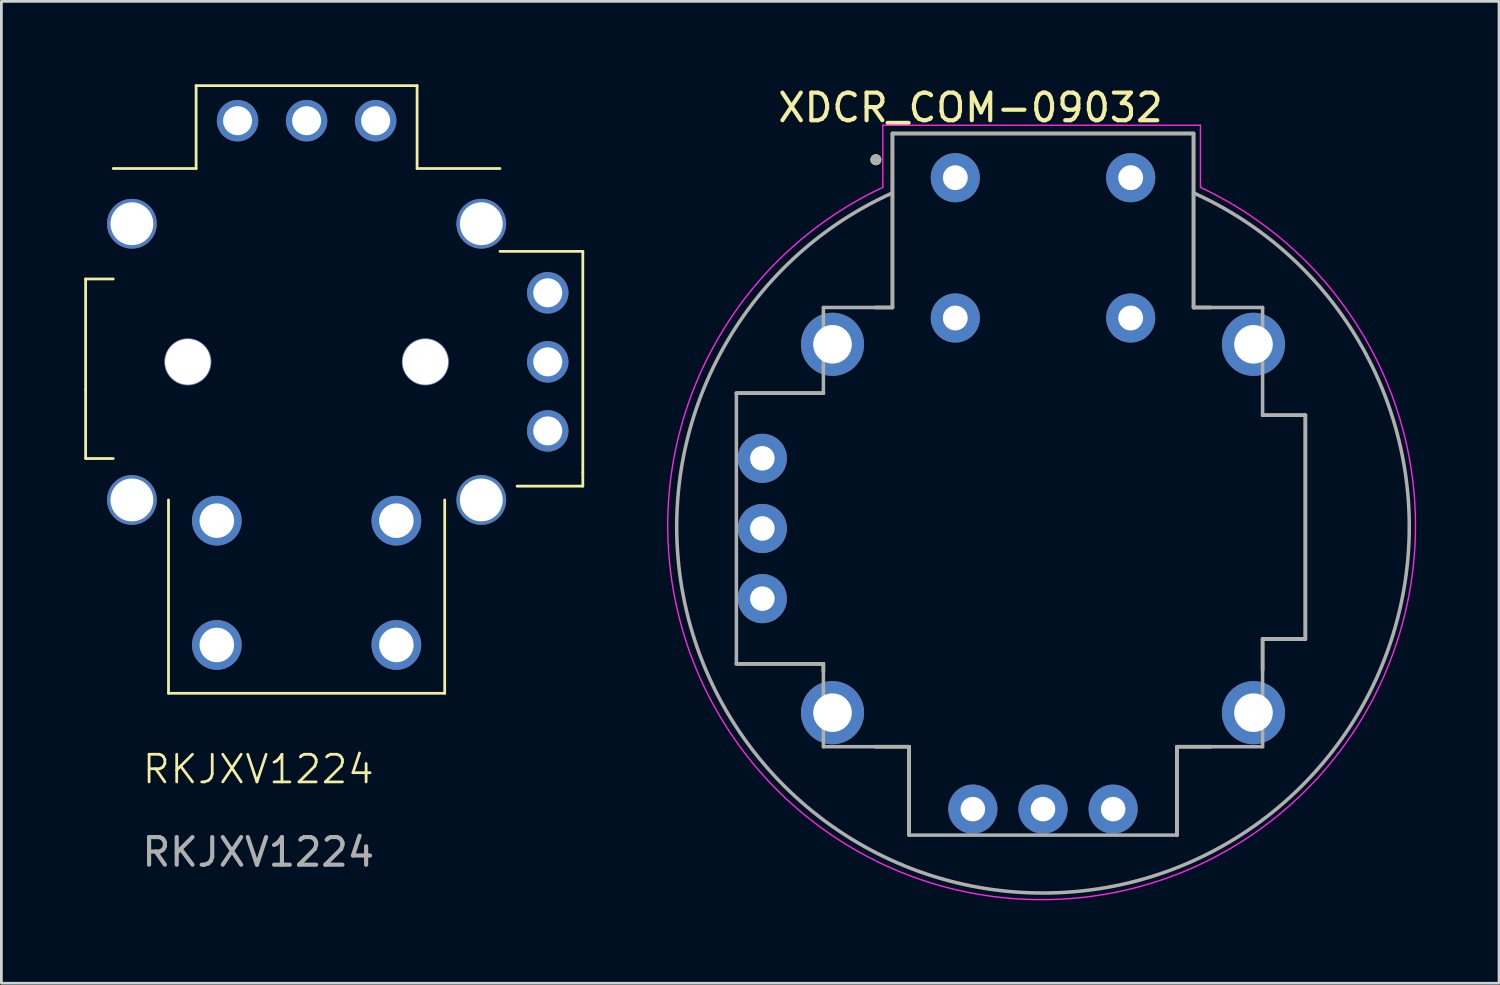
<source format=kicad_pcb>
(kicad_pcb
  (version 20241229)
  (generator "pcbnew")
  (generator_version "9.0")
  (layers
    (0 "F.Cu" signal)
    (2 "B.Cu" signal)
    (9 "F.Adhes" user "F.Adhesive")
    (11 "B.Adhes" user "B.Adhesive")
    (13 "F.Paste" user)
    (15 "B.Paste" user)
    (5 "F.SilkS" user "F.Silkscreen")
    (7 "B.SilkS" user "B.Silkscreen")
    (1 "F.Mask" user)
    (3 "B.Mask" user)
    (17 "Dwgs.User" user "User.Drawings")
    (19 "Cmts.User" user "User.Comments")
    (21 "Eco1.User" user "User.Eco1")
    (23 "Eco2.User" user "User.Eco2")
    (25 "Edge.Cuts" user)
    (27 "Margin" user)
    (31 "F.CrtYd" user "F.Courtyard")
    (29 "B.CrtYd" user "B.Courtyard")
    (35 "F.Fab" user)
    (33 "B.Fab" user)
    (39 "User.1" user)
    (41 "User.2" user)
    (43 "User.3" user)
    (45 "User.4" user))
  (footprint "XDCR_COM-09032"
    (layer "F.Cu")
    (at 34.71 16.083)
    (property "Reference" "XDCR_COM-09032" (at -2.625 -15.235 0) (layer "F.SilkS") (effects (font (size 1 1) (thickness 0.15))))
    (attr through_hole)
    (fp_line (start -11.1 -4.9) (end -7.95 -4.9) (stroke (width 0.127) (type solid)) (layer "F.SilkS"))
    (fp_line (start -7.95 4.9) (end -11.1 4.9) (stroke (width 0.127) (type solid)) (layer "F.SilkS"))
    (fp_line (start -7.95 5.17) (end -7.95 4.9) (stroke (width 0.127) (type solid)) (layer "F.SilkS"))
    (fp_line (start -6.07 -8) (end -5.45 -8) (stroke (width 0.127) (type solid)) (layer "F.SilkS"))
    (fp_line (start -5.45 -14.3) (end 5.45 -14.3) (stroke (width 0.127) (type solid)) (layer "F.SilkS"))
    (fp_line (start -5.45 -8) (end -5.45 -14.3) (stroke (width 0.127) (type solid)) (layer "F.SilkS"))
    (fp_line (start -4.85 7.9) (end -6.07 7.9) (stroke (width 0.127) (type solid)) (layer "F.SilkS"))
    (fp_line (start -4.85 11.1) (end -4.85 7.9) (stroke (width 0.127) (type solid)) (layer "F.SilkS"))
    (fp_line (start 4.85 7.9) (end 4.85 11.1) (stroke (width 0.127) (type solid)) (layer "F.SilkS"))
    (fp_line (start 5.45 -14.3) (end 5.45 -8) (stroke (width 0.127) (type solid)) (layer "F.SilkS"))
    (fp_line (start 5.45 -8) (end 6.08 -8) (stroke (width 0.127) (type solid)) (layer "F.SilkS"))
    (fp_line (start 6.08 7.9) (end 4.85 7.9) (stroke (width 0.127) (type solid)) (layer "F.SilkS"))
    (fp_line (start 7.95 -4.1) (end 9.5 -4.1) (stroke (width 0.127) (type solid)) (layer "F.SilkS"))
    (fp_line (start 7.95 4) (end 7.95 5.12) (stroke (width 0.127) (type solid)) (layer "F.SilkS"))
    (fp_line (start 9.5 -4.1) (end 9.5 4) (stroke (width 0.127) (type solid)) (layer "F.SilkS"))
    (fp_line (start 9.5 4) (end 7.95 4) (stroke (width 0.127) (type solid)) (layer "F.SilkS"))
    (fp_circle (center -6.05 -13.35) (end -5.95 -13.35) (stroke (width 0.2) (type solid)) (fill no) (layer "F.SilkS"))
    (fp_line (start -5.8 -14.6) (end 5.7 -14.6) (stroke (width 0.05) (type solid)) (layer "F.CrtYd"))
    (fp_line (start -5.8 -12.35) (end -5.8 -14.6) (stroke (width 0.05) (type solid)) (layer "F.CrtYd"))
    (fp_line (start 5.7 -14.6) (end 5.7 -12.35) (stroke (width 0.05) (type solid)) (layer "F.CrtYd"))
    (fp_arc (start 5.7 -12.35) (mid -0.05 13.437438) (end -5.8 -12.35) (stroke (width 0.05) (type solid)) (layer "F.CrtYd"))
    (fp_line (start -11.1 -4.9) (end -11.1 4.9) (stroke (width 0.127) (type solid)) (layer "F.Fab"))
    (fp_line (start -7.95 -4.9) (end -11.1 -4.9) (stroke (width 0.127) (type solid)) (layer "F.Fab"))
    (fp_line (start -7.95 -4.9) (end -7.95 -8) (stroke (width 0.127) (type solid)) (layer "F.Fab"))
    (fp_line (start -7.95 4.9) (end -11.1 4.9) (stroke (width 0.127) (type solid)) (layer "F.Fab"))
    (fp_line (start -7.95 4.9) (end -7.95 7.9) (stroke (width 0.127) (type solid)) (layer "F.Fab"))
    (fp_line (start -5.45 -14.3) (end -5.45 -8) (stroke (width 0.127) (type solid)) (layer "F.Fab"))
    (fp_line (start -5.45 -8) (end -7.95 -8) (stroke (width 0.127) (type solid)) (layer "F.Fab"))
    (fp_line (start -4.85 7.9) (end -7.95 7.9) (stroke (width 0.127) (type solid)) (layer "F.Fab"))
    (fp_line (start -4.85 11.1) (end -4.85 7.9) (stroke (width 0.127) (type solid)) (layer "F.Fab"))
    (fp_line (start 4.85 7.9) (end 7.95 7.9) (stroke (width 0.127) (type solid)) (layer "F.Fab"))
    (fp_line (start 4.85 11.1) (end -4.85 11.1) (stroke (width 0.127) (type solid)) (layer "F.Fab"))
    (fp_line (start 4.85 11.1) (end 4.85 7.9) (stroke (width 0.127) (type solid)) (layer "F.Fab"))
    (fp_line (start 5.45 -14.3) (end -5.45 -14.3) (stroke (width 0.127) (type solid)) (layer "F.Fab"))
    (fp_line (start 5.45 -14.3) (end 5.45 -8) (stroke (width 0.127) (type solid)) (layer "F.Fab"))
    (fp_line (start 7.95 -8) (end 5.45 -8) (stroke (width 0.127) (type solid)) (layer "F.Fab"))
    (fp_line (start 7.95 -4.1) (end 7.95 -8) (stroke (width 0.127) (type solid)) (layer "F.Fab"))
    (fp_line (start 7.95 -4.1) (end 9.5 -4.1) (stroke (width 0.127) (type solid)) (layer "F.Fab"))
    (fp_line (start 7.95 4) (end 7.95 7.9) (stroke (width 0.127) (type solid)) (layer "F.Fab"))
    (fp_line (start 7.95 4) (end 9.5 4) (stroke (width 0.127) (type solid)) (layer "F.Fab"))
    (fp_line (start 9.5 -4.1) (end 9.5 4) (stroke (width 0.127) (type solid)) (layer "F.Fab"))
    (fp_arc (start 5.45 -12.15) (mid 0 13.197504) (end -5.45 -12.15) (stroke (width 0.127) (type solid)) (layer "F.Fab"))
    (fp_circle (center -6.05 -13.35) (end -5.95 -13.35) (stroke (width 0.2) (type solid)) (fill no) (layer "F.Fab"))
    (pad "B1A" thru_hole circle (at -3.175 -12.7) (size 1.778 1.778) (drill 0.9) (layers "*.Cu" "*.Mask"))
    (pad "B1B" thru_hole circle (at 3.175 -12.7) (size 1.778 1.778) (drill 0.9) (layers "*.Cu" "*.Mask"))
    (pad "B2A" thru_hole circle (at -3.175 -7.62) (size 1.778 1.778) (drill 0.9) (layers "*.Cu" "*.Mask"))
    (pad "B2B" thru_hole circle (at 3.175 -7.62) (size 1.778 1.778) (drill 0.9) (layers "*.Cu" "*.Mask"))
    (pad "H1" thru_hole circle (at -2.54 10.16) (size 1.778 1.778) (drill 0.889) (layers "*.Cu" "*.Mask"))
    (pad "H2" thru_hole circle (at 0 10.16) (size 1.778 1.778) (drill 0.889) (layers "*.Cu" "*.Mask"))
    (pad "H3" thru_hole circle (at 2.54 10.16) (size 1.778 1.778) (drill 0.889) (layers "*.Cu" "*.Mask"))
    (pad "S1" thru_hole circle (at -7.62 -6.668) (size 2.286 2.286) (drill 1.397) (layers "*.Cu" "*.Mask"))
    (pad "S2" thru_hole circle (at -7.62 6.668) (size 2.286 2.286) (drill 1.397) (layers "*.Cu" "*.Mask"))
    (pad "S3" thru_hole circle (at 7.62 6.668) (size 2.286 2.286) (drill 1.397) (layers "*.Cu" "*.Mask"))
    (pad "S4" thru_hole circle (at 7.62 -6.668) (size 2.286 2.286) (drill 1.397) (layers "*.Cu" "*.Mask"))
    (pad "V1" thru_hole circle (at -10.16 -2.54) (size 1.778 1.778) (drill 0.889) (layers "*.Cu" "*.Mask"))
    (pad "V2" thru_hole circle (at -10.16 0) (size 1.778 1.778) (drill 0.889) (layers "*.Cu" "*.Mask"))
    (pad "V3" thru_hole circle (at -10.16 2.54) (size 1.778 1.778) (drill 0.889) (layers "*.Cu" "*.Mask")))
  (footprint "RKJXV1224"
    (layer "F.Cu")
    (at 8.05 18.05)
    (property "Reference" "RKJXV1224" (at -1.75 6.75 0) (unlocked yes) (layer "F.SilkS") (effects (font (size 1 1) (thickness 0.1))))
    (attr through_hole)
    (fp_line (start -8 -11) (end -8 -7) (stroke (width 0.1) (type default)) (layer "F.SilkS"))
    (fp_line (start -8 -7) (end -8 -4.5) (stroke (width 0.1) (type default)) (layer "F.SilkS"))
    (fp_line (start -8 -4.5) (end -7 -4.5) (stroke (width 0.1) (type default)) (layer "F.SilkS"))
    (fp_line (start -7 -15) (end -4 -15) (stroke (width 0.1) (type default)) (layer "F.SilkS"))
    (fp_line (start -7 -11) (end -8 -11) (stroke (width 0.1) (type default)) (layer "F.SilkS"))
    (fp_line (start -5 4) (end -5 -3) (stroke (width 0.1) (type default)) (layer "F.SilkS"))
    (fp_line (start -4 -18) (end 4 -18) (stroke (width 0.1) (type default)) (layer "F.SilkS"))
    (fp_line (start -4 -15) (end -4 -18) (stroke (width 0.1) (type default)) (layer "F.SilkS"))
    (fp_line (start 4 -18) (end 4 -15) (stroke (width 0.1) (type default)) (layer "F.SilkS"))
    (fp_line (start 4 -15) (end 7 -15) (stroke (width 0.1) (type default)) (layer "F.SilkS"))
    (fp_line (start 5 -3) (end 5 4) (stroke (width 0.1) (type default)) (layer "F.SilkS"))
    (fp_line (start 5 4) (end -5 4) (stroke (width 0.1) (type default)) (layer "F.SilkS"))
    (fp_line (start 7 -12) (end 10 -12) (stroke (width 0.1) (type default)) (layer "F.SilkS"))
    (fp_line (start 10 -12) (end 10 -4) (stroke (width 0.1) (type default)) (layer "F.SilkS"))
    (fp_line (start 10 -4) (end 10 -3.5) (stroke (width 0.1) (type default)) (layer "F.SilkS"))
    (fp_line (start 10 -3.5) (end 7.62 -3.5) (stroke (width 0.1) (type default)) (layer "F.SilkS"))
    (fp_text user "${REFERENCE}" (at -1.75 9.75 0) (unlocked yes) (layer "F.Fab") (effects (font (size 1 1) (thickness 0.15))))
    (pad "" np_thru_hole circle (at -4.3 -8) (size 1.7 1.7) (drill 1.65) (layers "*.Cu" "*.Mask"))
    (pad "" np_thru_hole circle (at 4.3 -8) (size 1.7 1.7) (drill 1.65) (layers "*.Cu" "*.Mask"))
    (pad "7" thru_hole circle (at -6.325 -13) (size 1.8 1.8) (drill 1.55) (layers "*.Cu" "*.Mask"))
    (pad "8" thru_hole circle (at 6.325 -13) (size 1.8 1.8) (drill 1.55) (layers "*.Cu" "*.Mask"))
    (pad "9" thru_hole circle (at -6.325 -3) (size 1.8 1.8) (drill 1.55) (layers "*.Cu" "*.Mask"))
    (pad "10" thru_hole circle (at 6.325 -3) (size 1.8 1.8) (drill 1.55) (layers "*.Cu" "*.Mask"))
    (pad "A" thru_hole circle (at -3.25 -2.25) (size 1.8 1.8) (drill 1.25) (layers "*.Cu" "*.Mask"))
    (pad "B" thru_hole circle (at -3.25 2.25) (size 1.8 1.8) (drill 1.25) (layers "*.Cu" "*.Mask"))
    (pad "C" thru_hole circle (at 3.25 -2.25) (size 1.8 1.8) (drill 1.25) (layers "*.Cu" "*.Mask"))
    (pad "D" thru_hole circle (at 3.25 2.25) (size 1.8 1.8) (drill 1.25) (layers "*.Cu" "*.Mask"))
    (pad "VR1_1" thru_hole circle (at 8.73 -5.5) (size 1.5 1.5) (drill 1.05) (layers "*.Cu" "*.Mask"))
    (pad "VR1_2" thru_hole circle (at 8.73 -8) (size 1.5 1.5) (drill 1.05) (layers "*.Cu" "*.Mask"))
    (pad "VR1_3" thru_hole circle (at 8.73 -10.5) (size 1.5 1.5) (drill 1.05) (layers "*.Cu" "*.Mask"))
    (pad "VR2_1" thru_hole circle (at 2.5 -16.73) (size 1.5 1.5) (drill 1.05) (layers "*.Cu" "*.Mask"))
    (pad "VR2_2" thru_hole circle (at 0 -16.73) (size 1.5 1.5) (drill 1.05) (layers "*.Cu" "*.Mask"))
    (pad "VR2_3" thru_hole circle (at -2.5 -16.73) (size 1.5 1.5) (drill 1.05) (layers "*.Cu" "*.Mask")))
  (gr_rect
    (start -3 -3)
    (end 51.22 32.546)
    (stroke (width 0.1) (type default))
    (fill no)
    (layer "Edge.Cuts")))
</source>
